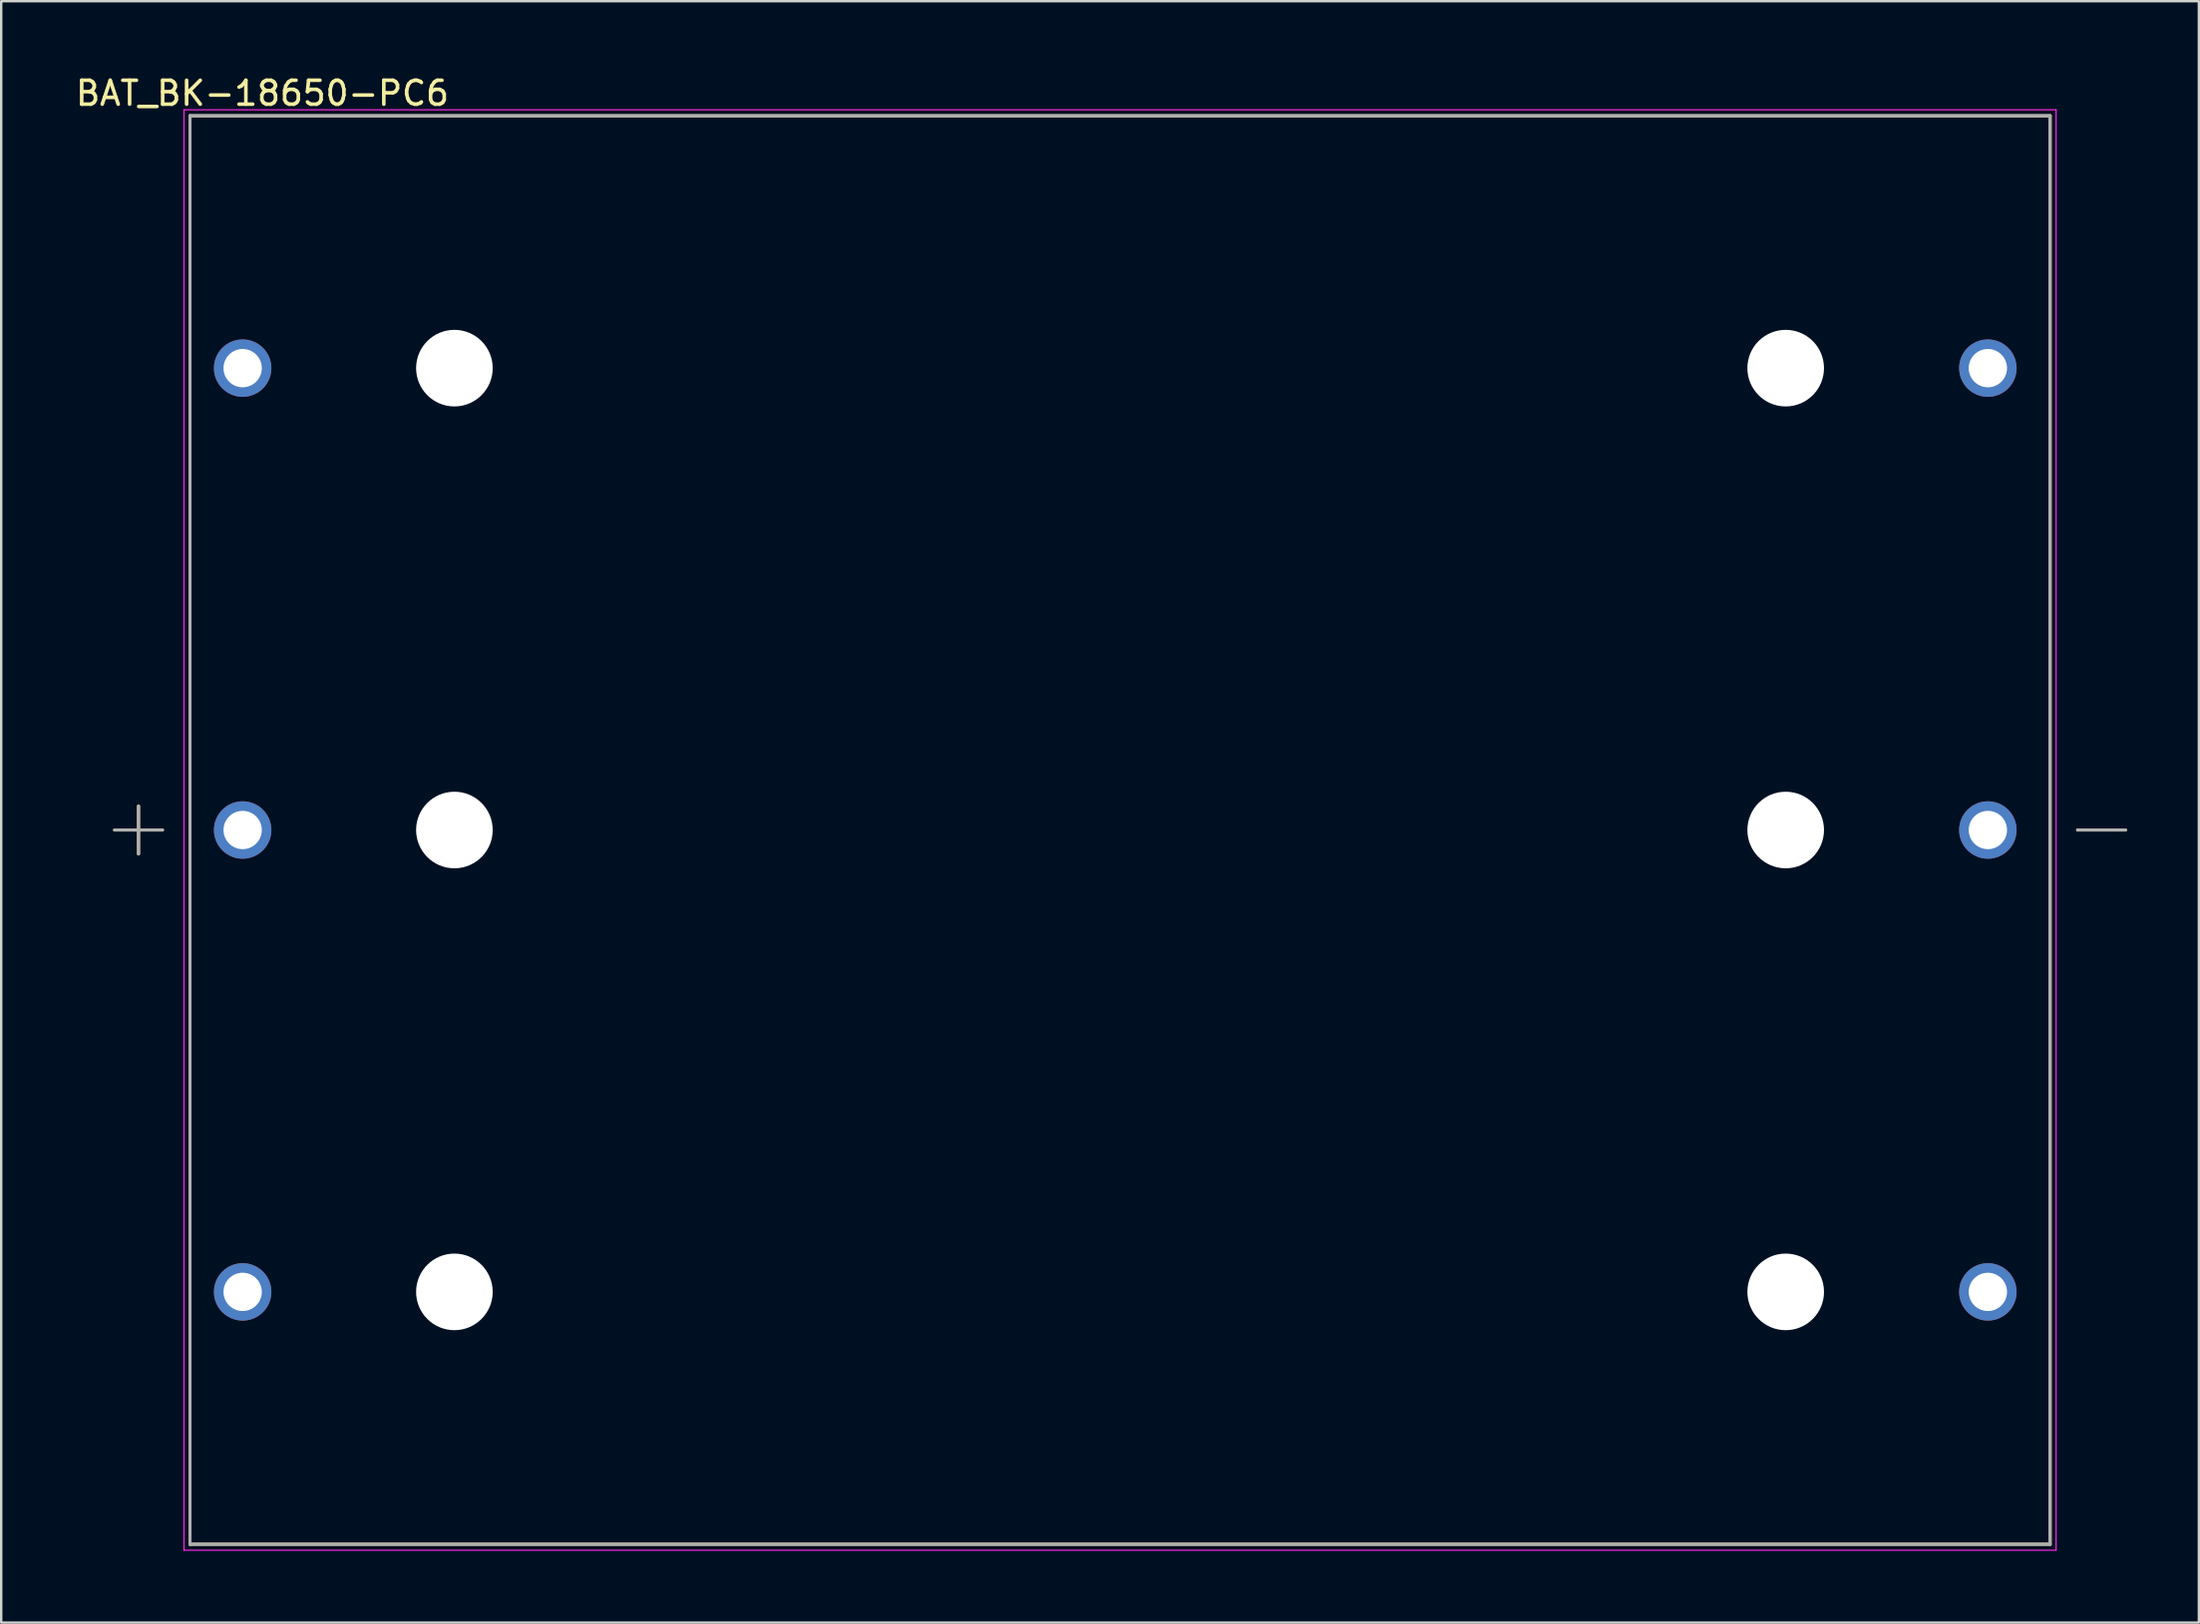
<source format=kicad_pcb>
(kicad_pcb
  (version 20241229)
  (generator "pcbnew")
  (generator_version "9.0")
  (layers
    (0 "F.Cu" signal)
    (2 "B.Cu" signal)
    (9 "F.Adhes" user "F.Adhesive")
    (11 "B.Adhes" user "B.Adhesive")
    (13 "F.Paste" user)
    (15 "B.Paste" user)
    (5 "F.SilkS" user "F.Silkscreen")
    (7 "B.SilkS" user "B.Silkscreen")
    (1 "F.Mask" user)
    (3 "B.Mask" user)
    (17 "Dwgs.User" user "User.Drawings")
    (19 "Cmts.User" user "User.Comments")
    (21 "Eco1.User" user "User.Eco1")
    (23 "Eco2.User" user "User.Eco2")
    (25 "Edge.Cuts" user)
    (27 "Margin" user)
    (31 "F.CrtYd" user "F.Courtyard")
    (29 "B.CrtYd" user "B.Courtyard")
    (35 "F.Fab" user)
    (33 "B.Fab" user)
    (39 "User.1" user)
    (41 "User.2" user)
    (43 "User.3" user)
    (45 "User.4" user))
  (footprint "BAT_BK-18650-PC6"
    (layer "F.Cu")
    (at 43.736 31.633)
    (property "Reference" "BAT_BK-18650-PC6" (at -35.825 -30.785 0) (layer "F.SilkS") (effects (font (size 1 1) (thickness 0.15))))
    (attr through_hole)
    (fp_line (start -42 0) (end -40 0) (stroke (width 0.127) (type solid)) (layer "F.SilkS"))
    (fp_line (start -41 -1) (end -41 1) (stroke (width 0.127) (type solid)) (layer "F.SilkS"))
    (fp_line (start -38.85 -29.845) (end 38.85 -29.845) (stroke (width 0.127) (type solid)) (layer "F.SilkS"))
    (fp_line (start -38.85 29.845) (end -38.85 -29.845) (stroke (width 0.127) (type solid)) (layer "F.SilkS"))
    (fp_line (start 38.85 -29.845) (end 38.85 29.845) (stroke (width 0.127) (type solid)) (layer "F.SilkS"))
    (fp_line (start 38.85 29.845) (end -38.85 29.845) (stroke (width 0.127) (type solid)) (layer "F.SilkS"))
    (fp_line (start 40 0) (end 42 0) (stroke (width 0.127) (type solid)) (layer "F.SilkS"))
    (fp_line (start -39.1 -30.095) (end 39.1 -30.095) (stroke (width 0.05) (type solid)) (layer "F.CrtYd"))
    (fp_line (start -39.1 30.095) (end -39.1 -30.095) (stroke (width 0.05) (type solid)) (layer "F.CrtYd"))
    (fp_line (start 39.1 -30.095) (end 39.1 30.095) (stroke (width 0.05) (type solid)) (layer "F.CrtYd"))
    (fp_line (start 39.1 30.095) (end -39.1 30.095) (stroke (width 0.05) (type solid)) (layer "F.CrtYd"))
    (fp_line (start -42 0) (end -40 0) (stroke (width 0.127) (type solid)) (layer "F.Fab"))
    (fp_line (start -41 -1) (end -41 1) (stroke (width 0.127) (type solid)) (layer "F.Fab"))
    (fp_line (start -38.85 -29.845) (end 38.85 -29.845) (stroke (width 0.127) (type solid)) (layer "F.Fab"))
    (fp_line (start -38.85 29.845) (end -38.85 -29.845) (stroke (width 0.127) (type solid)) (layer "F.Fab"))
    (fp_line (start 38.85 -29.845) (end 38.85 29.845) (stroke (width 0.127) (type solid)) (layer "F.Fab"))
    (fp_line (start 38.85 29.845) (end -38.85 29.845) (stroke (width 0.127) (type solid)) (layer "F.Fab"))
    (fp_line (start 40 0) (end 42 0) (stroke (width 0.127) (type solid)) (layer "F.Fab"))
    (pad "" np_thru_hole circle (at -27.805 -19.3) (size 3.2 3.2) (drill 3.2) (layers "*.Cu" "*.Mask"))
    (pad "" np_thru_hole circle (at -27.805 0) (size 3.2 3.2) (drill 3.2) (layers "*.Cu" "*.Mask"))
    (pad "" np_thru_hole circle (at -27.805 19.3) (size 3.2 3.2) (drill 3.2) (layers "*.Cu" "*.Mask"))
    (pad "" np_thru_hole circle (at 27.805 -19.3) (size 3.2 3.2) (drill 3.2) (layers "*.Cu" "*.Mask"))
    (pad "" np_thru_hole circle (at 27.805 0) (size 3.2 3.2) (drill 3.2) (layers "*.Cu" "*.Mask"))
    (pad "" np_thru_hole circle (at 27.805 19.3) (size 3.2 3.2) (drill 3.2) (layers "*.Cu" "*.Mask"))
    (pad "1+" thru_hole circle (at -36.65 -19.3) (size 2.4 2.4) (drill 1.6) (layers "*.Cu" "*.Mask"))
    (pad "1-" thru_hole circle (at 36.25 -19.3) (size 2.4 2.4) (drill 1.6) (layers "*.Cu" "*.Mask"))
    (pad "2+" thru_hole circle (at -36.65 0) (size 2.4 2.4) (drill 1.6) (layers "*.Cu" "*.Mask"))
    (pad "2-" thru_hole circle (at 36.25 0) (size 2.4 2.4) (drill 1.6) (layers "*.Cu" "*.Mask"))
    (pad "3+" thru_hole circle (at -36.65 19.3) (size 2.4 2.4) (drill 1.6) (layers "*.Cu" "*.Mask"))
    (pad "3-" thru_hole circle (at 36.25 19.3) (size 2.4 2.4) (drill 1.6) (layers "*.Cu" "*.Mask")))
  (gr_rect
    (start -3 -3)
    (end 88.799 64.753)
    (stroke (width 0.1) (type default))
    (fill no)
    (layer "Edge.Cuts")))
</source>
